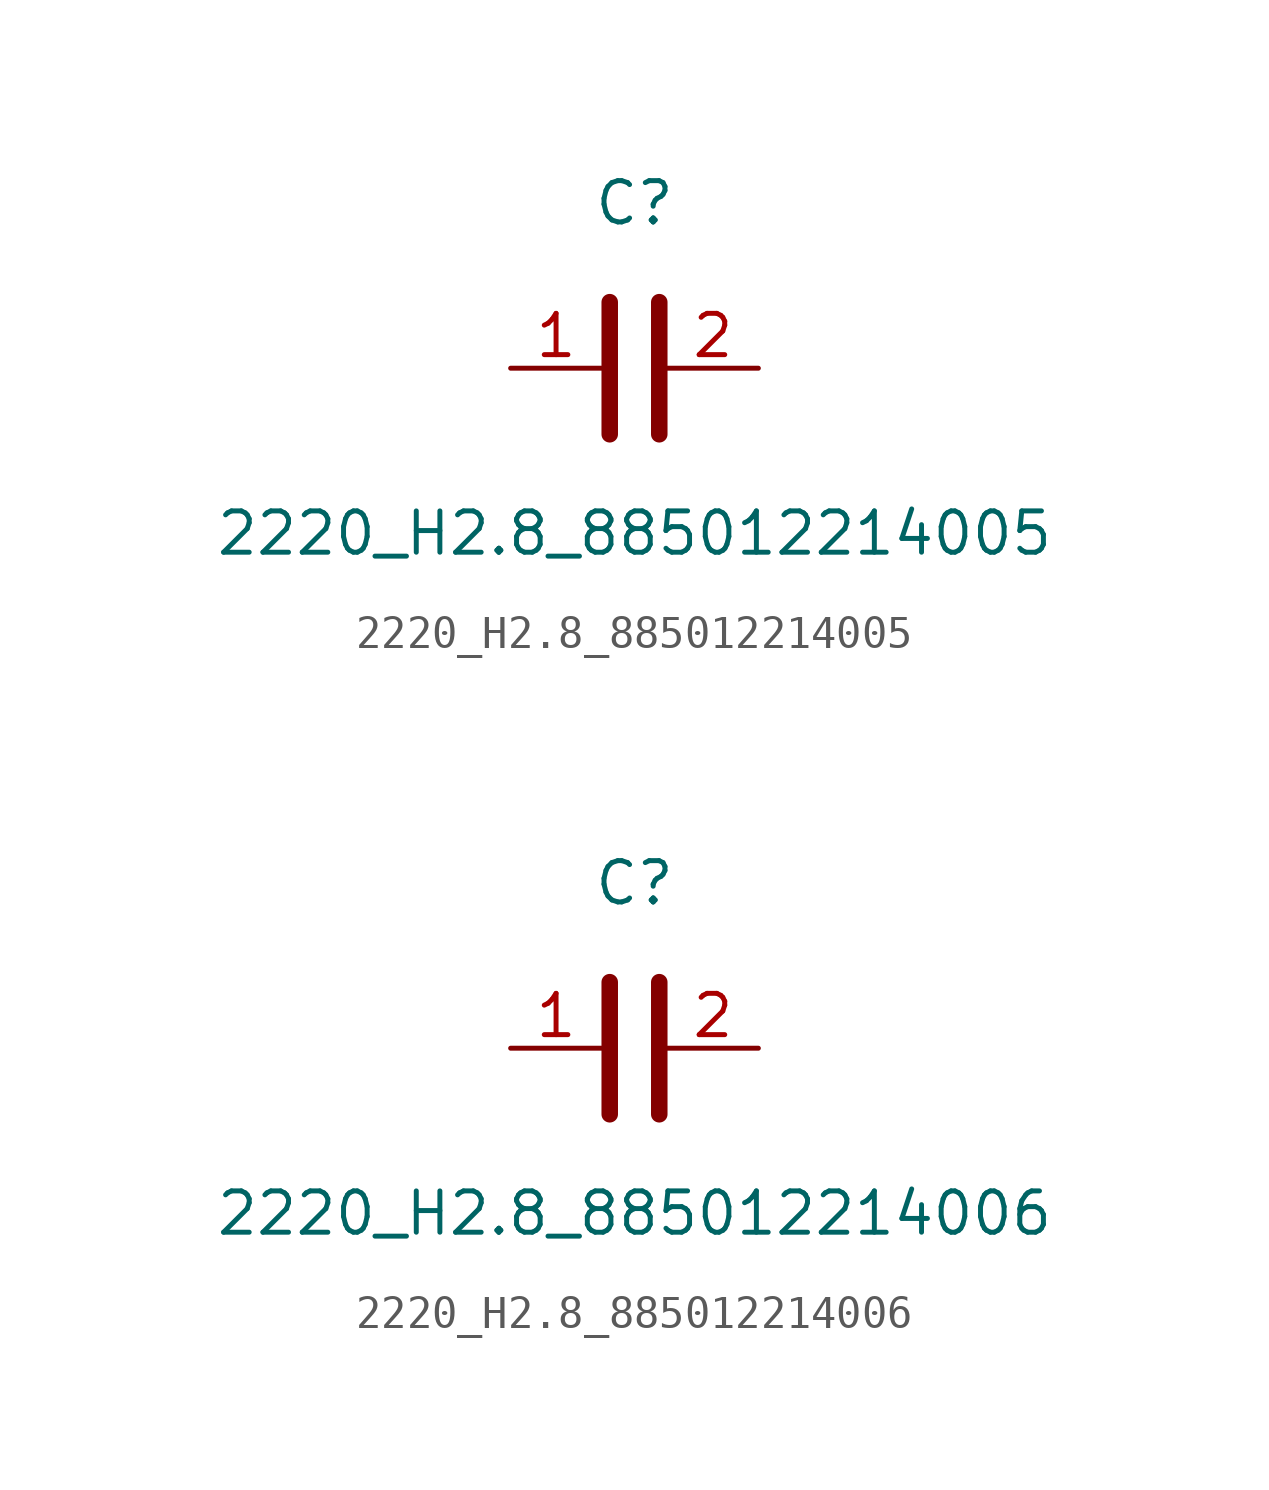
<source format=kicad_sym>
(kicad_symbol_lib
  (version 20220914)
  (generator kicad_symbol_editor)
  (symbol "2220_H2.8_885012214005"
    (pin_names hide)
    (property "Reference" "C"
      (at 0 5.08 0)
      (effects (font (size 1.27 1.27))))
    (property "Value" "2220_H2.8_885012214005"
      (at 0 -5.08 0)
      (effects (font (size 1.27 1.27))))
    (symbol "2220_H2.8_885012214005_0_1"
      (polyline (pts (xy -0.762 -2.032) (xy -0.762 2.032)) (stroke (width 0.508) (type default)) (fill (type none)))
      (polyline (pts (xy 0.762 -2.032) (xy 0.762 2.032)) (stroke (width 0.508) (type default)) (fill (type none))))
    (symbol "2220_H2.8_885012214005_1_1"
      (pin passive line (at -3.81 0 0) (length 2.794) (name "1" (effects (font (size 1.27 1.27)))) (number "1" (effects (font (size 1.27 1.27)))))
      (pin passive line (at 3.81 0 180) (length 2.794) (name "2" (effects (font (size 1.27 1.27)))) (number "2" (effects (font (size 1.27 1.27)))))))
  (symbol "2220_H2.8_885012214006"
    (pin_names hide)
    (property "Reference" "C"
      (at 0 5.08 0)
      (effects (font (size 1.27 1.27))))
    (property "Value" "2220_H2.8_885012214006"
      (at 0 -5.08 0)
      (effects (font (size 1.27 1.27))))
    (symbol "2220_H2.8_885012214006_0_1"
      (polyline (pts (xy -0.762 -2.032) (xy -0.762 2.032)) (stroke (width 0.508) (type default)) (fill (type none)))
      (polyline (pts (xy 0.762 -2.032) (xy 0.762 2.032)) (stroke (width 0.508) (type default)) (fill (type none))))
    (symbol "2220_H2.8_885012214006_1_1"
      (pin passive line (at -3.81 0 0) (length 2.794) (name "1" (effects (font (size 1.27 1.27)))) (number "1" (effects (font (size 1.27 1.27)))))
      (pin passive line (at 3.81 0 180) (length 2.794) (name "2" (effects (font (size 1.27 1.27)))) (number "2" (effects (font (size 1.27 1.27))))))))
</source>
